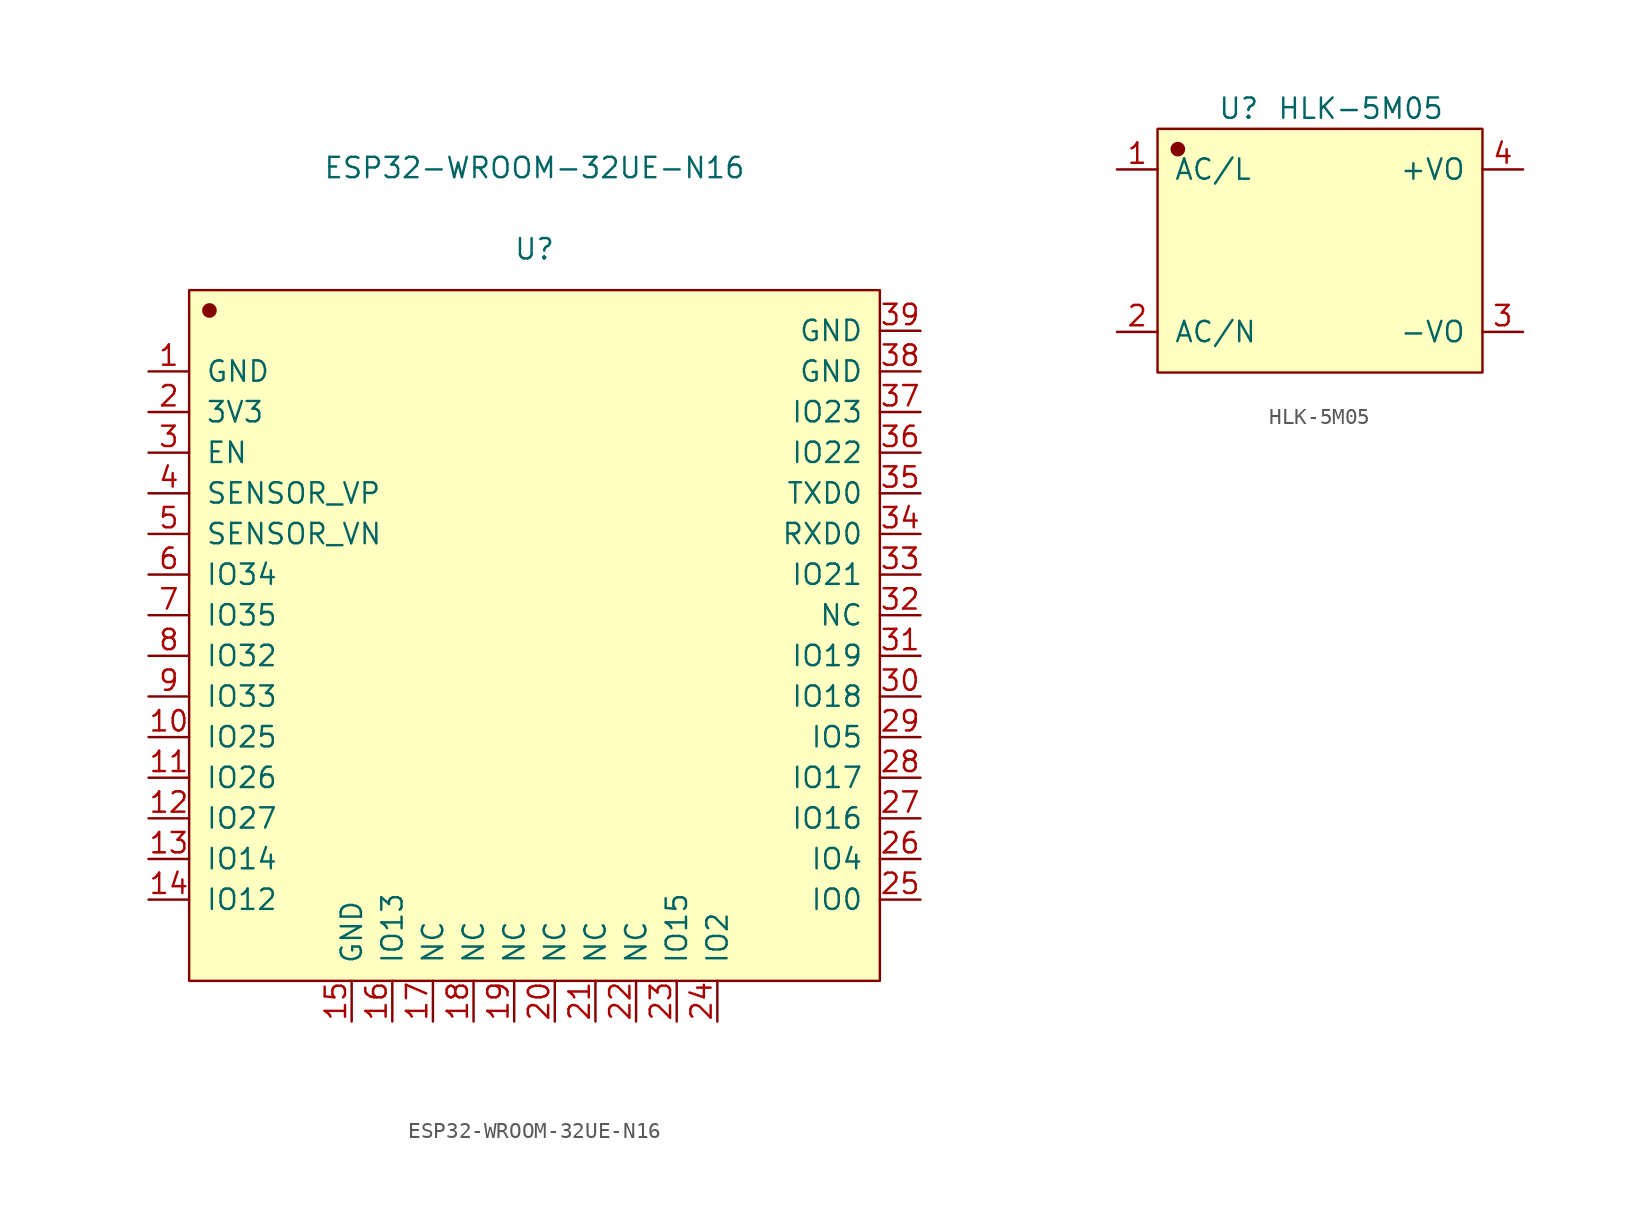
<source format=kicad_sym>
(kicad_symbol_lib
  (version 20220914)
  (generator kicad_symbol_editor)
  (symbol "ESP32-WROOM-32UE-N16"
    (pin_names
      (offset 1.016))
    (property "Reference" "U"
      (at 0 25.425 0)
      (effects (font (size 1.27 1.27))))
    (property "Value" "ESP32-WROOM-32UE-N16"
      (at 0 30.505 0)
      (effects (font (size 1.27 1.27))))
    (symbol "ESP32-WROOM-32UE-N16_1_1"
      (rectangle (start -21.59 22.86) (end 21.59 -20.32) (stroke (width 0.152) (type solid)) (fill (type background)))
      (circle (center -20.32 21.59) (radius 0.381) (stroke (width 0.152) (type solid)) (fill (type outline)))
      (pin input line (at -24.13 17.78 0) (length 2.54) (name "GND" (effects (font (size 1.27 1.27)))) (number "1" (effects (font (size 1.27 1.27)))))
      (pin input line (at -24.13 -5.08 0) (length 2.54) (name "IO25" (effects (font (size 1.27 1.27)))) (number "10" (effects (font (size 1.27 1.27)))))
      (pin input line (at -24.13 -7.62 0) (length 2.54) (name "IO26" (effects (font (size 1.27 1.27)))) (number "11" (effects (font (size 1.27 1.27)))))
      (pin input line (at -24.13 -10.16 0) (length 2.54) (name "IO27" (effects (font (size 1.27 1.27)))) (number "12" (effects (font (size 1.27 1.27)))))
      (pin input line (at -24.13 -12.7 0) (length 2.54) (name "IO14" (effects (font (size 1.27 1.27)))) (number "13" (effects (font (size 1.27 1.27)))))
      (pin input line (at -24.13 -15.24 0) (length 2.54) (name "IO12" (effects (font (size 1.27 1.27)))) (number "14" (effects (font (size 1.27 1.27)))))
      (pin input line (at -11.43 -22.86 90) (length 2.54) (name "GND" (effects (font (size 1.27 1.27)))) (number "15" (effects (font (size 1.27 1.27)))))
      (pin input line (at -8.89 -22.86 90) (length 2.54) (name "IO13" (effects (font (size 1.27 1.27)))) (number "16" (effects (font (size 1.27 1.27)))))
      (pin input line (at -6.35 -22.86 90) (length 2.54) (name "NC" (effects (font (size 1.27 1.27)))) (number "17" (effects (font (size 1.27 1.27)))))
      (pin input line (at -3.81 -22.86 90) (length 2.54) (name "NC" (effects (font (size 1.27 1.27)))) (number "18" (effects (font (size 1.27 1.27)))))
      (pin input line (at -1.27 -22.86 90) (length 2.54) (name "NC" (effects (font (size 1.27 1.27)))) (number "19" (effects (font (size 1.27 1.27)))))
      (pin input line (at -24.13 15.24 0) (length 2.54) (name "3V3" (effects (font (size 1.27 1.27)))) (number "2" (effects (font (size 1.27 1.27)))))
      (pin input line (at 1.27 -22.86 90) (length 2.54) (name "NC" (effects (font (size 1.27 1.27)))) (number "20" (effects (font (size 1.27 1.27)))))
      (pin input line (at 3.81 -22.86 90) (length 2.54) (name "NC" (effects (font (size 1.27 1.27)))) (number "21" (effects (font (size 1.27 1.27)))))
      (pin input line (at 6.35 -22.86 90) (length 2.54) (name "NC" (effects (font (size 1.27 1.27)))) (number "22" (effects (font (size 1.27 1.27)))))
      (pin input line (at 8.89 -22.86 90) (length 2.54) (name "IO15" (effects (font (size 1.27 1.27)))) (number "23" (effects (font (size 1.27 1.27)))))
      (pin input line (at 11.43 -22.86 90) (length 2.54) (name "IO2" (effects (font (size 1.27 1.27)))) (number "24" (effects (font (size 1.27 1.27)))))
      (pin input line (at 24.13 -15.24 180) (length 2.54) (name "IO0" (effects (font (size 1.27 1.27)))) (number "25" (effects (font (size 1.27 1.27)))))
      (pin input line (at 24.13 -12.7 180) (length 2.54) (name "IO4" (effects (font (size 1.27 1.27)))) (number "26" (effects (font (size 1.27 1.27)))))
      (pin input line (at 24.13 -10.16 180) (length 2.54) (name "IO16" (effects (font (size 1.27 1.27)))) (number "27" (effects (font (size 1.27 1.27)))))
      (pin input line (at 24.13 -7.62 180) (length 2.54) (name "IO17" (effects (font (size 1.27 1.27)))) (number "28" (effects (font (size 1.27 1.27)))))
      (pin input line (at 24.13 -5.08 180) (length 2.54) (name "IO5" (effects (font (size 1.27 1.27)))) (number "29" (effects (font (size 1.27 1.27)))))
      (pin input line (at -24.13 12.7 0) (length 2.54) (name "EN" (effects (font (size 1.27 1.27)))) (number "3" (effects (font (size 1.27 1.27)))))
      (pin input line (at 24.13 -2.54 180) (length 2.54) (name "IO18" (effects (font (size 1.27 1.27)))) (number "30" (effects (font (size 1.27 1.27)))))
      (pin input line (at 24.13 0 180) (length 2.54) (name "IO19" (effects (font (size 1.27 1.27)))) (number "31" (effects (font (size 1.27 1.27)))))
      (pin input line (at 24.13 2.54 180) (length 2.54) (name "NC" (effects (font (size 1.27 1.27)))) (number "32" (effects (font (size 1.27 1.27)))))
      (pin input line (at 24.13 5.08 180) (length 2.54) (name "IO21" (effects (font (size 1.27 1.27)))) (number "33" (effects (font (size 1.27 1.27)))))
      (pin input line (at 24.13 7.62 180) (length 2.54) (name "RXD0" (effects (font (size 1.27 1.27)))) (number "34" (effects (font (size 1.27 1.27)))))
      (pin input line (at 24.13 10.16 180) (length 2.54) (name "TXD0" (effects (font (size 1.27 1.27)))) (number "35" (effects (font (size 1.27 1.27)))))
      (pin input line (at 24.13 12.7 180) (length 2.54) (name "IO22" (effects (font (size 1.27 1.27)))) (number "36" (effects (font (size 1.27 1.27)))))
      (pin input line (at 24.13 15.24 180) (length 2.54) (name "IO23" (effects (font (size 1.27 1.27)))) (number "37" (effects (font (size 1.27 1.27)))))
      (pin input line (at 24.13 17.78 180) (length 2.54) (name "GND" (effects (font (size 1.27 1.27)))) (number "38" (effects (font (size 1.27 1.27)))))
      (pin input line (at 24.13 20.32 180) (length 2.54) (name "GND" (effects (font (size 1.27 1.27)))) (number "39" (effects (font (size 1.27 1.27)))))
      (pin input line (at -24.13 10.16 0) (length 2.54) (name "SENSOR_VP" (effects (font (size 1.27 1.27)))) (number "4" (effects (font (size 1.27 1.27)))))
      (pin input line (at -24.13 7.62 0) (length 2.54) (name "SENSOR_VN" (effects (font (size 1.27 1.27)))) (number "5" (effects (font (size 1.27 1.27)))))
      (pin input line (at -24.13 5.08 0) (length 2.54) (name "IO34" (effects (font (size 1.27 1.27)))) (number "6" (effects (font (size 1.27 1.27)))))
      (pin input line (at -24.13 2.54 0) (length 2.54) (name "IO35" (effects (font (size 1.27 1.27)))) (number "7" (effects (font (size 1.27 1.27)))))
      (pin input line (at -24.13 0 0) (length 2.54) (name "IO32" (effects (font (size 1.27 1.27)))) (number "8" (effects (font (size 1.27 1.27)))))
      (pin input line (at -24.13 -2.54 0) (length 2.54) (name "IO33" (effects (font (size 1.27 1.27)))) (number "9" (effects (font (size 1.27 1.27)))))))
  (symbol "HLK-5M05"
    (pin_names
      (offset 1.016))
    (property "Reference" "U"
      (at -5.08 8.89 0)
      (effects (font (size 1.27 1.27))))
    (property "Value" "HLK-5M05"
      (at 2.54 8.89 0)
      (effects (font (size 1.27 1.27))))
    (symbol "HLK-5M05_1_1"
      (rectangle (start -10.16 7.62) (end 10.16 -7.62) (stroke (width 0.152) (type solid)) (fill (type background)))
      (circle (center -8.89 6.35) (radius 0.381) (stroke (width 0.152) (type solid)) (fill (type outline)))
      (pin input line (at -12.7 5.08 0) (length 2.54) (name "AC/L" (effects (font (size 1.27 1.27)))) (number "1" (effects (font (size 1.27 1.27)))))
      (pin input line (at -12.7 -5.08 0) (length 2.54) (name "AC/N" (effects (font (size 1.27 1.27)))) (number "2" (effects (font (size 1.27 1.27)))))
      (pin input line (at 12.7 -5.08 180) (length 2.54) (name "-VO" (effects (font (size 1.27 1.27)))) (number "3" (effects (font (size 1.27 1.27)))))
      (pin input line (at 12.7 5.08 180) (length 2.54) (name "+VO" (effects (font (size 1.27 1.27)))) (number "4" (effects (font (size 1.27 1.27))))))))
</source>
